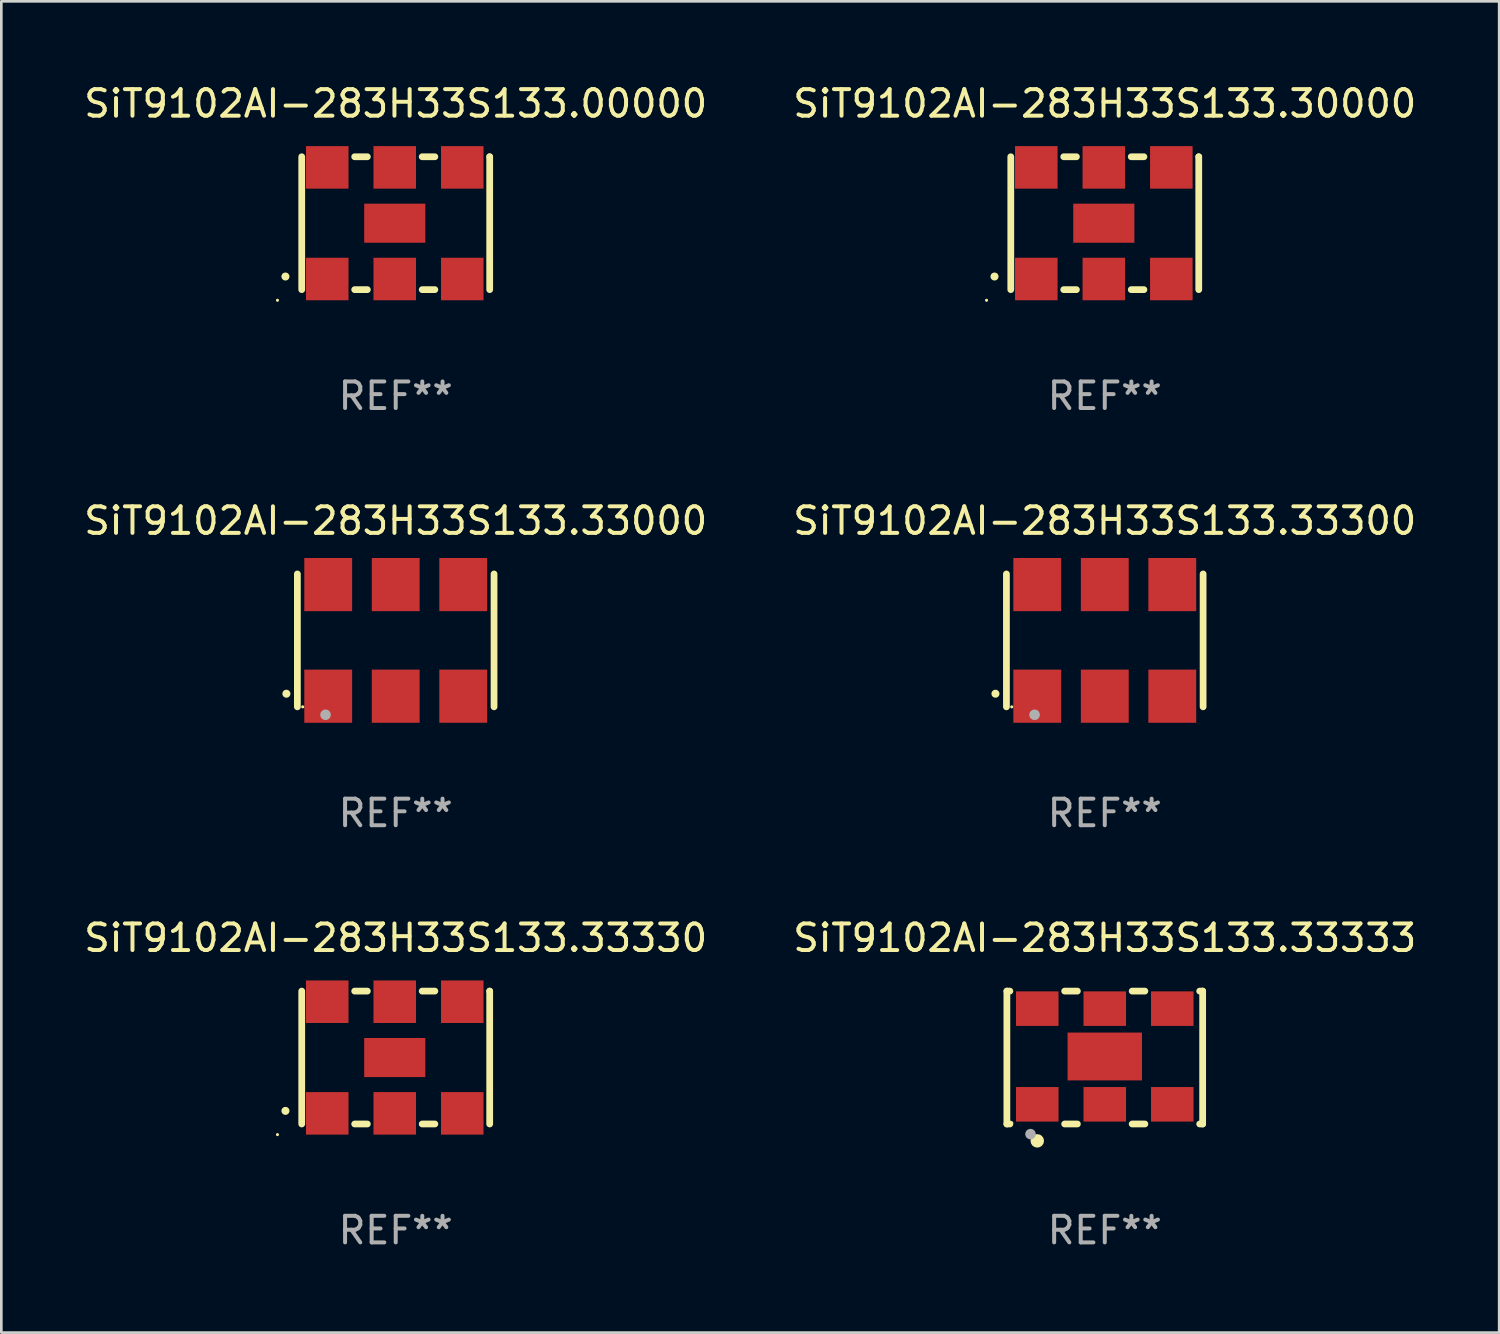
<source format=kicad_pcb>
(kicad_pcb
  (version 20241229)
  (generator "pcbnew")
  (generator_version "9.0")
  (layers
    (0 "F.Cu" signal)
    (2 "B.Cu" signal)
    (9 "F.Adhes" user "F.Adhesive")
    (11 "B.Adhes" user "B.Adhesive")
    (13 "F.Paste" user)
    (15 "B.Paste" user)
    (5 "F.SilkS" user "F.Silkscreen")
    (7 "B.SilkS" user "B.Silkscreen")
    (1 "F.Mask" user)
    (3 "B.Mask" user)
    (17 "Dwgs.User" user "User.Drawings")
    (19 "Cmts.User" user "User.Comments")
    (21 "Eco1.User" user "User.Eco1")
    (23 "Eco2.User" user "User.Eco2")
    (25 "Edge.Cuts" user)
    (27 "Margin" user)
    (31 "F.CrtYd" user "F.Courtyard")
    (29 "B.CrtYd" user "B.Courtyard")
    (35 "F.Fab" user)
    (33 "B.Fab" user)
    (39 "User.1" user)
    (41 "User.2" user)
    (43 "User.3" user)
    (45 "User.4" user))
  (footprint "SiT9102AI-283H33S133.30000"
    (layer "F.Cu")
    (at 38.518 5.348)
    (property "Reference" "SiT9102AI-283H33S133.30000" (at 0 -4.5 0) (layer "F.SilkS") (effects (font (size 1 1) (thickness 0.15))))
    (attr through_hole)
    (fp_line (start -3.536 -2.5) (end -3.536 2.5) (stroke (width 0.254) (type solid)) (layer "F.SilkS"))
    (fp_line (start -1.544 2.5) (end -1.067 2.5) (stroke (width 0.254) (type solid)) (layer "F.SilkS"))
    (fp_line (start -1.067 -2.5) (end -1.544 -2.5) (stroke (width 0.254) (type solid)) (layer "F.SilkS"))
    (fp_line (start 0.996 2.5) (end 1.473 2.5) (stroke (width 0.254) (type solid)) (layer "F.SilkS"))
    (fp_line (start 1.473 -2.5) (end 0.996 -2.5) (stroke (width 0.254) (type solid)) (layer "F.SilkS"))
    (fp_line (start 3.536 -2.5) (end 3.536 -2.5) (stroke (width 0.254) (type solid)) (layer "F.SilkS"))
    (fp_line (start 3.536 2.5) (end 3.536 -2.5) (stroke (width 0.254) (type solid)) (layer "F.SilkS"))
    (fp_arc (start -4.150432 2.006604) (mid -4.149162 2.006599) (end -4.147892 2.006604) (stroke (width 0.3) (type solid)) (layer "F.SilkS"))
    (fp_circle (center -4.449 2.9) (end -4.419 2.9) (stroke (width 0.06) (type solid)) (fill no) (layer "F.SilkS"))
    (fp_text user "REF**" (at 0 6.5 0) (layer "F.Fab") (effects (font (size 1 1) (thickness 0.15))))
    (pad "1" smd rect (at -2.576 2.1) (size 1.6 1.6) (layers "F.Cu" "F.Mask" "F.Paste"))
    (pad "2" smd rect (at -0.036 2.1) (size 1.6 1.6) (layers "F.Cu" "F.Mask" "F.Paste"))
    (pad "3" smd rect (at 2.504 2.1) (size 1.6 1.6) (layers "F.Cu" "F.Mask" "F.Paste"))
    (pad "4" smd rect (at 2.504 -2.1) (size 1.6 1.6) (layers "F.Cu" "F.Mask" "F.Paste"))
    (pad "5" smd rect (at -0.036 -2.1) (size 1.6 1.6) (layers "F.Cu" "F.Mask" "F.Paste"))
    (pad "6" smd rect (at -2.576 -2.1) (size 1.6 1.6) (layers "F.Cu" "F.Mask" "F.Paste"))
    (pad "7" smd rect (at -0.036 0) (size 2.3 1.47) (layers "F.Cu" "F.Mask" "F.Paste")))
  (footprint "SiT9102AI-283H33S133.33333"
    (layer "F.Cu")
    (at 38.518 36.741)
    (property "Reference" "SiT9102AI-283H33S133.33333" (at 0 -4.5 0) (layer "F.SilkS") (effects (font (size 1 1) (thickness 0.15))))
    (attr through_hole)
    (fp_line (start -3.683 -2.5) (end -3.571 -2.5) (stroke (width 0.254) (type solid)) (layer "F.SilkS"))
    (fp_line (start -3.683 2.5) (end -3.683 -2.5) (stroke (width 0.254) (type solid)) (layer "F.SilkS"))
    (fp_line (start -3.683 2.5) (end -3.571 2.5) (stroke (width 0.254) (type solid)) (layer "F.SilkS"))
    (fp_line (start -1.509 -2.5) (end -1.031 -2.5) (stroke (width 0.254) (type solid)) (layer "F.SilkS"))
    (fp_line (start -1.509 2.5) (end -1.031 2.5) (stroke (width 0.254) (type solid)) (layer "F.SilkS"))
    (fp_line (start 1.031 -2.5) (end 1.509 -2.5) (stroke (width 0.254) (type solid)) (layer "F.SilkS"))
    (fp_line (start 1.031 2.5) (end 1.509 2.5) (stroke (width 0.254) (type solid)) (layer "F.SilkS"))
    (fp_line (start 3.571 -2.5) (end 3.683 -2.5) (stroke (width 0.254) (type solid)) (layer "F.SilkS"))
    (fp_line (start 3.571 2.5) (end 3.683 2.5) (stroke (width 0.254) (type solid)) (layer "F.SilkS"))
    (fp_line (start 3.683 2.5) (end 3.683 -2.5) (stroke (width 0.254) (type solid)) (layer "F.SilkS"))
    (fp_circle (center -3.5 2.46) (end -3.47 2.46) (stroke (width 0.06) (type solid)) (fill no) (layer "F.SilkS"))
    (fp_circle (center -2.54 3.135) (end -2.413 3.135) (stroke (width 0.254) (type solid)) (fill no) (layer "F.SilkS"))
    (fp_circle (center -2.794 2.881) (end -2.694 2.881) (stroke (width 0.2) (type solid)) (fill no) (layer "F.Fab"))
    (fp_text user "REF**" (at 0 6.5 0) (layer "F.Fab") (effects (font (size 1 1) (thickness 0.15))))
    (pad "1" smd rect (at -2.54 1.76) (size 1.6 1.3) (layers "F.Cu" "F.Mask" "F.Paste"))
    (pad "2" smd rect (at 0 1.76) (size 1.6 1.3) (layers "F.Cu" "F.Mask" "F.Paste"))
    (pad "3" smd rect (at 2.54 1.76) (size 1.6 1.3) (layers "F.Cu" "F.Mask" "F.Paste"))
    (pad "4" smd rect (at 2.54 -1.84) (size 1.6 1.3) (layers "F.Cu" "F.Mask" "F.Paste"))
    (pad "5" smd rect (at 0 -1.84) (size 1.6 1.3) (layers "F.Cu" "F.Mask" "F.Paste"))
    (pad "6" smd rect (at -2.54 -1.84) (size 1.6 1.3) (layers "F.Cu" "F.Mask" "F.Paste"))
    (pad "7" smd rect (at 0 -0.04) (size 2.8 1.8) (layers "F.Cu" "F.Mask" "F.Paste")))
  (footprint "SiT9102AI-283H33S133.00000"
    (layer "F.Cu")
    (at 11.839 5.348)
    (property "Reference" "SiT9102AI-283H33S133.00000" (at 0 -4.5 0) (layer "F.SilkS") (effects (font (size 1 1) (thickness 0.15))))
    (attr through_hole)
    (fp_line (start -3.536 -2.5) (end -3.536 2.5) (stroke (width 0.254) (type solid)) (layer "F.SilkS"))
    (fp_line (start -1.544 2.5) (end -1.067 2.5) (stroke (width 0.254) (type solid)) (layer "F.SilkS"))
    (fp_line (start -1.067 -2.5) (end -1.544 -2.5) (stroke (width 0.254) (type solid)) (layer "F.SilkS"))
    (fp_line (start 0.996 2.5) (end 1.473 2.5) (stroke (width 0.254) (type solid)) (layer "F.SilkS"))
    (fp_line (start 1.473 -2.5) (end 0.996 -2.5) (stroke (width 0.254) (type solid)) (layer "F.SilkS"))
    (fp_line (start 3.536 -2.5) (end 3.536 -2.5) (stroke (width 0.254) (type solid)) (layer "F.SilkS"))
    (fp_line (start 3.536 2.5) (end 3.536 -2.5) (stroke (width 0.254) (type solid)) (layer "F.SilkS"))
    (fp_arc (start -4.150432 2.006604) (mid -4.149162 2.006599) (end -4.147892 2.006604) (stroke (width 0.3) (type solid)) (layer "F.SilkS"))
    (fp_circle (center -4.449 2.9) (end -4.419 2.9) (stroke (width 0.06) (type solid)) (fill no) (layer "F.SilkS"))
    (fp_text user "REF**" (at 0 6.5 0) (layer "F.Fab") (effects (font (size 1 1) (thickness 0.15))))
    (pad "1" smd rect (at -2.576 2.1) (size 1.6 1.6) (layers "F.Cu" "F.Mask" "F.Paste"))
    (pad "2" smd rect (at -0.036 2.1) (size 1.6 1.6) (layers "F.Cu" "F.Mask" "F.Paste"))
    (pad "3" smd rect (at 2.504 2.1) (size 1.6 1.6) (layers "F.Cu" "F.Mask" "F.Paste"))
    (pad "4" smd rect (at 2.504 -2.1) (size 1.6 1.6) (layers "F.Cu" "F.Mask" "F.Paste"))
    (pad "5" smd rect (at -0.036 -2.1) (size 1.6 1.6) (layers "F.Cu" "F.Mask" "F.Paste"))
    (pad "6" smd rect (at -2.576 -2.1) (size 1.6 1.6) (layers "F.Cu" "F.Mask" "F.Paste"))
    (pad "7" smd rect (at -0.036 0) (size 2.3 1.47) (layers "F.Cu" "F.Mask" "F.Paste")))
  (footprint "SiT9102AI-283H33S133.33300"
    (layer "F.Cu")
    (at 38.518 21.045)
    (property "Reference" "SiT9102AI-283H33S133.33300" (at 0 -4.5 0) (layer "F.SilkS") (effects (font (size 1 1) (thickness 0.15))))
    (attr through_hole)
    (fp_line (start -3.7 -2.5) (end -3.7 2.5) (stroke (width 0.254) (type solid)) (layer "F.SilkS"))
    (fp_line (start 3.7 -2.5) (end 3.7 2.5) (stroke (width 0.254) (type solid)) (layer "F.SilkS"))
    (fp_arc (start -4.114415 2.006604) (mid -4.113145 2.006599) (end -4.111875 2.006604) (stroke (width 0.3) (type solid)) (layer "F.SilkS"))
    (fp_circle (center -3.5 2.501) (end -3.47 2.501) (stroke (width 0.06) (type solid)) (fill no) (layer "F.SilkS"))
    (fp_circle (center -2.641 2.799) (end -2.541 2.799) (stroke (width 0.2) (type solid)) (fill no) (layer "F.Fab"))
    (fp_text user "REF**" (at 0 6.5 0) (layer "F.Fab") (effects (font (size 1 1) (thickness 0.15))))
    (pad "1" smd rect (at -2.54 2.1) (size 1.8 2) (layers "F.Cu" "F.Mask" "F.Paste"))
    (pad "2" smd rect (at 0.000394 2.1) (size 1.8 2) (layers "F.Cu" "F.Mask" "F.Paste"))
    (pad "3" smd rect (at 2.54 2.1) (size 1.8 2) (layers "F.Cu" "F.Mask" "F.Paste"))
    (pad "4" smd rect (at 2.54 -2.1) (size 1.8 2) (layers "F.Cu" "F.Mask" "F.Paste"))
    (pad "5" smd rect (at 0.000394 -2.1) (size 1.8 2) (layers "F.Cu" "F.Mask" "F.Paste"))
    (pad "6" smd rect (at -2.54 -2.1) (size 1.8 2) (layers "F.Cu" "F.Mask" "F.Paste")))
  (footprint "SiT9102AI-283H33S133.33330"
    (layer "F.Cu")
    (at 11.839 36.741)
    (property "Reference" "SiT9102AI-283H33S133.33330" (at 0 -4.5 0) (layer "F.SilkS") (effects (font (size 1 1) (thickness 0.15))))
    (attr through_hole)
    (fp_line (start -3.536 -2.5) (end -3.536 2.5) (stroke (width 0.254) (type solid)) (layer "F.SilkS"))
    (fp_line (start -1.544 2.5) (end -1.067 2.5) (stroke (width 0.254) (type solid)) (layer "F.SilkS"))
    (fp_line (start -1.067 -2.5) (end -1.544 -2.5) (stroke (width 0.254) (type solid)) (layer "F.SilkS"))
    (fp_line (start 0.996 2.5) (end 1.473 2.5) (stroke (width 0.254) (type solid)) (layer "F.SilkS"))
    (fp_line (start 1.473 -2.5) (end 0.996 -2.5) (stroke (width 0.254) (type solid)) (layer "F.SilkS"))
    (fp_line (start 3.536 -2.5) (end 3.536 -2.5) (stroke (width 0.254) (type solid)) (layer "F.SilkS"))
    (fp_line (start 3.536 2.5) (end 3.536 -2.5) (stroke (width 0.254) (type solid)) (layer "F.SilkS"))
    (fp_arc (start -4.150432 2.006604) (mid -4.149162 2.006599) (end -4.147892 2.006604) (stroke (width 0.3) (type solid)) (layer "F.SilkS"))
    (fp_circle (center -4.449 2.9) (end -4.419 2.9) (stroke (width 0.06) (type solid)) (fill no) (layer "F.SilkS"))
    (fp_text user "REF**" (at 0 6.5 0) (layer "F.Fab") (effects (font (size 1 1) (thickness 0.15))))
    (pad "1" smd rect (at -2.576 2.1) (size 1.6 1.6) (layers "F.Cu" "F.Mask" "F.Paste"))
    (pad "2" smd rect (at -0.036 2.1) (size 1.6 1.6) (layers "F.Cu" "F.Mask" "F.Paste"))
    (pad "3" smd rect (at 2.504 2.1) (size 1.6 1.6) (layers "F.Cu" "F.Mask" "F.Paste"))
    (pad "4" smd rect (at 2.504 -2.1) (size 1.6 1.6) (layers "F.Cu" "F.Mask" "F.Paste"))
    (pad "5" smd rect (at -0.036 -2.1) (size 1.6 1.6) (layers "F.Cu" "F.Mask" "F.Paste"))
    (pad "6" smd rect (at -2.576 -2.1) (size 1.6 1.6) (layers "F.Cu" "F.Mask" "F.Paste"))
    (pad "7" smd rect (at -0.036 0) (size 2.3 1.47) (layers "F.Cu" "F.Mask" "F.Paste")))
  (footprint "SiT9102AI-283H33S133.33000"
    (layer "F.Cu")
    (at 11.839 21.045)
    (property "Reference" "SiT9102AI-283H33S133.33000" (at 0 -4.5 0) (layer "F.SilkS") (effects (font (size 1 1) (thickness 0.15))))
    (attr through_hole)
    (fp_line (start -3.7 -2.5) (end -3.7 2.5) (stroke (width 0.254) (type solid)) (layer "F.SilkS"))
    (fp_line (start 3.7 -2.5) (end 3.7 2.5) (stroke (width 0.254) (type solid)) (layer "F.SilkS"))
    (fp_arc (start -4.114415 2.006604) (mid -4.113145 2.006599) (end -4.111875 2.006604) (stroke (width 0.3) (type solid)) (layer "F.SilkS"))
    (fp_circle (center -3.5 2.501) (end -3.47 2.501) (stroke (width 0.06) (type solid)) (fill no) (layer "F.SilkS"))
    (fp_circle (center -2.641 2.799) (end -2.541 2.799) (stroke (width 0.2) (type solid)) (fill no) (layer "F.Fab"))
    (fp_text user "REF**" (at 0 6.5 0) (layer "F.Fab") (effects (font (size 1 1) (thickness 0.15))))
    (pad "1" smd rect (at -2.54 2.1) (size 1.8 2) (layers "F.Cu" "F.Mask" "F.Paste"))
    (pad "2" smd rect (at 0.000394 2.1) (size 1.8 2) (layers "F.Cu" "F.Mask" "F.Paste"))
    (pad "3" smd rect (at 2.54 2.1) (size 1.8 2) (layers "F.Cu" "F.Mask" "F.Paste"))
    (pad "4" smd rect (at 2.54 -2.1) (size 1.8 2) (layers "F.Cu" "F.Mask" "F.Paste"))
    (pad "5" smd rect (at 0.000394 -2.1) (size 1.8 2) (layers "F.Cu" "F.Mask" "F.Paste"))
    (pad "6" smd rect (at -2.54 -2.1) (size 1.8 2) (layers "F.Cu" "F.Mask" "F.Paste")))
  (gr_rect
    (start -3 -3)
    (end 53.357 47.09)
    (stroke (width 0.1) (type default))
    (fill no)
    (layer "Edge.Cuts")))
</source>
